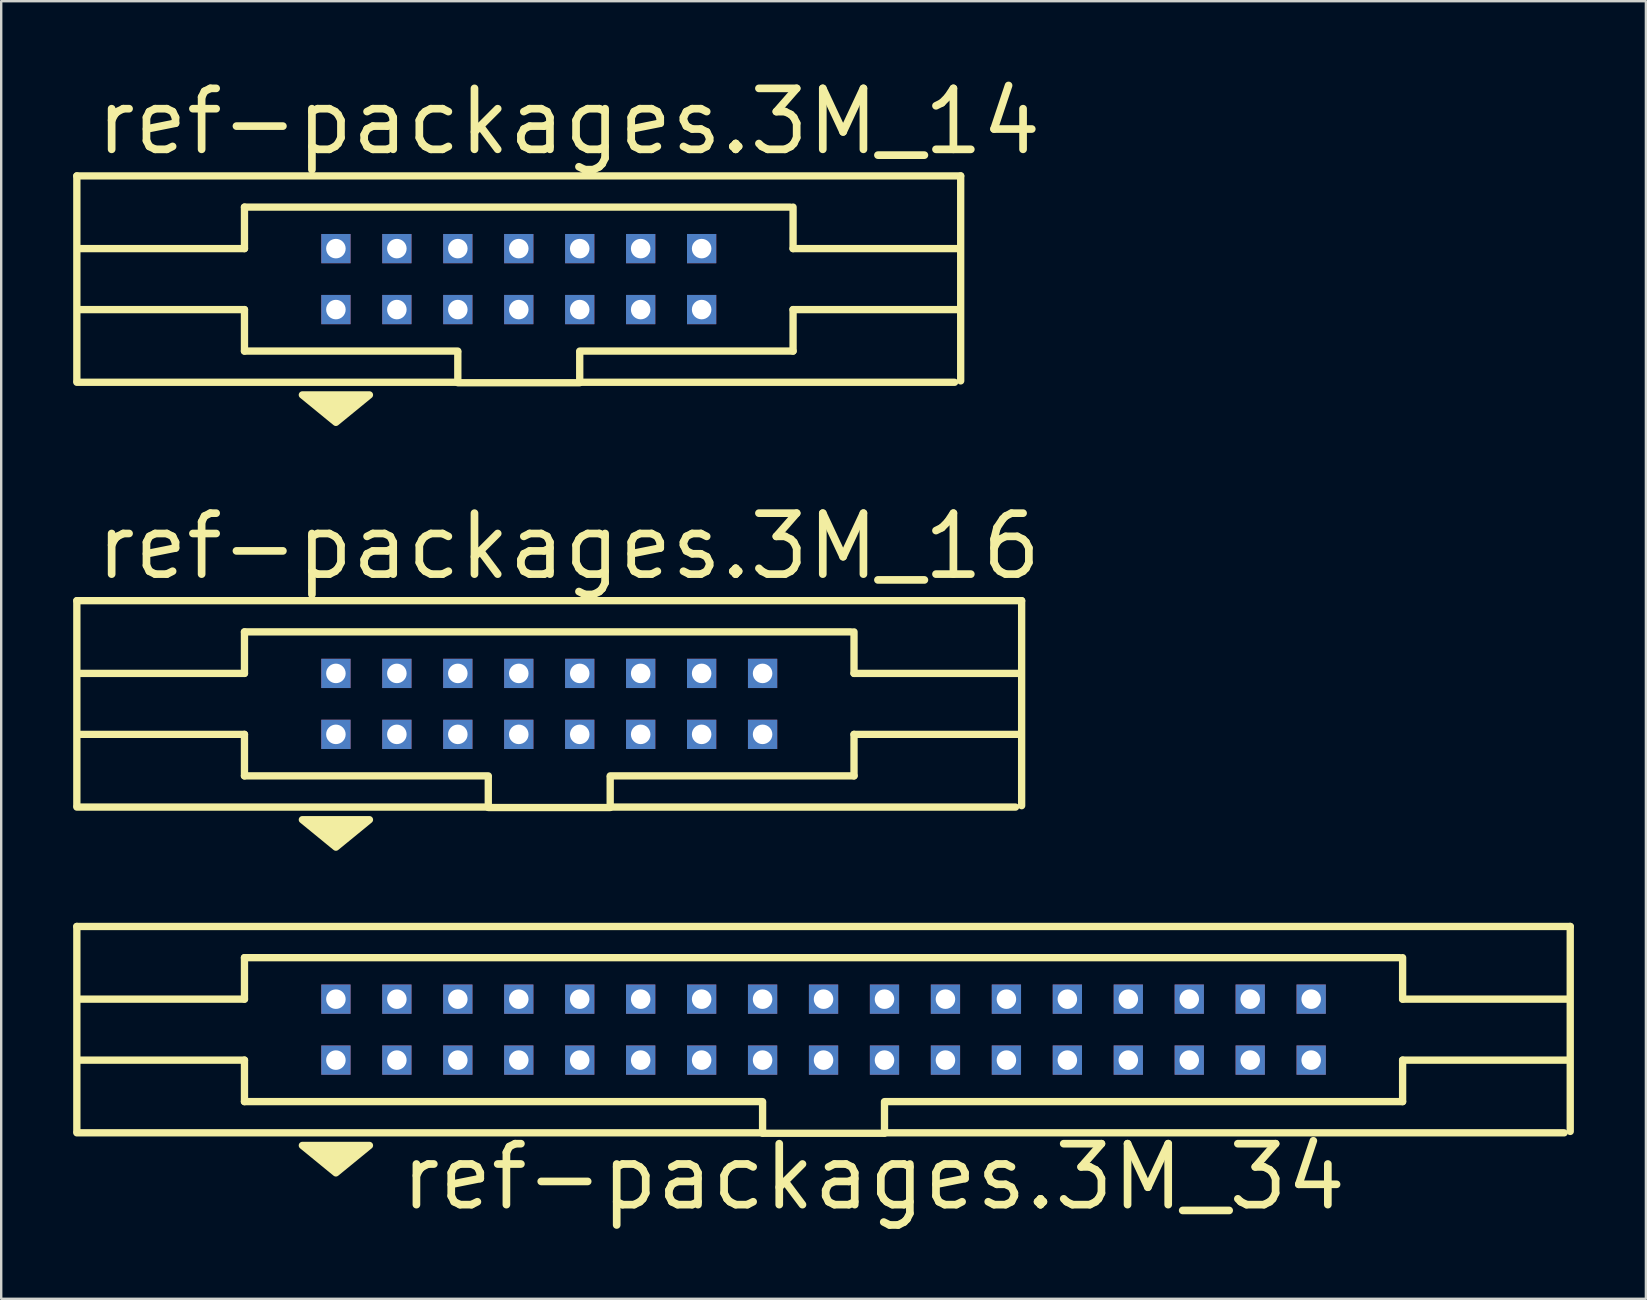
<source format=kicad_pcb>
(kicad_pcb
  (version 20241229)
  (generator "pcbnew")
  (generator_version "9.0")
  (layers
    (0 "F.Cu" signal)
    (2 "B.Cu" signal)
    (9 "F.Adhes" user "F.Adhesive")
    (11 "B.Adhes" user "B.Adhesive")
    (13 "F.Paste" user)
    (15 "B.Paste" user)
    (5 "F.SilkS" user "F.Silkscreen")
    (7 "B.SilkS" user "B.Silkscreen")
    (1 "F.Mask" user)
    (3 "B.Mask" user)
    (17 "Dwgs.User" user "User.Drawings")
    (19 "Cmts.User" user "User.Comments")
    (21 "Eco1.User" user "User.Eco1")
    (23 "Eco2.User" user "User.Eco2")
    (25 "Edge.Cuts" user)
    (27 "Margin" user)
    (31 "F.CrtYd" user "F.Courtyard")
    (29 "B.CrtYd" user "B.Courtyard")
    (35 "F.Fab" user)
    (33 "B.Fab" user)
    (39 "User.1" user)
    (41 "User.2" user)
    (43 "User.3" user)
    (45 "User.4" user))
  (footprint "ref-packages.3M_16"
    (layer "F.Cu")
    (at 19.837 26.281)
    (property "Reference" "ref-packages.3M_16" (at -19.05 -5.08 0) (layer "F.SilkS") (effects (font (size 2.54 2.54) (thickness 0.32)) (justify left bottom)))
    (attr through_hole)
    (fp_line (start -19.685 -4.3) (end -19.685 4.242) (stroke (width 0.305) (type default)) (layer "F.SilkS"))
    (fp_line (start -19.685 4.3) (end -2.54 4.3) (stroke (width 0.305) (type default)) (layer "F.SilkS"))
    (fp_line (start -12.7 -1.27) (end -19.558 -1.27) (stroke (width 0.305) (type default)) (layer "F.SilkS"))
    (fp_line (start -12.7 -1.27) (end -12.7 -3) (stroke (width 0.305) (type default)) (layer "F.SilkS"))
    (fp_line (start -12.7 1.27) (end -19.558 1.27) (stroke (width 0.305) (type default)) (layer "F.SilkS"))
    (fp_line (start -12.7 3) (end -12.7 1.27) (stroke (width 0.305) (type default)) (layer "F.SilkS"))
    (fp_line (start -2.54 3) (end -12.7 3) (stroke (width 0.305) (type default)) (layer "F.SilkS"))
    (fp_line (start -2.54 4.3) (end -2.54 3.048) (stroke (width 0.305) (type default)) (layer "F.SilkS"))
    (fp_line (start -2.54 4.318) (end 2.54 4.318) (stroke (width 0.305) (type default)) (layer "F.SilkS"))
    (fp_line (start 2.54 3.048) (end 2.54 4.3) (stroke (width 0.305) (type default)) (layer "F.SilkS"))
    (fp_line (start 2.54 4.3) (end 19.431 4.3) (stroke (width 0.305) (type default)) (layer "F.SilkS"))
    (fp_line (start 12.573 -3) (end -12.7 -3) (stroke (width 0.305) (type default)) (layer "F.SilkS"))
    (fp_line (start 12.7 -1.27) (end 12.7 -3) (stroke (width 0.305) (type default)) (layer "F.SilkS"))
    (fp_line (start 12.7 -1.27) (end 19.558 -1.27) (stroke (width 0.305) (type default)) (layer "F.SilkS"))
    (fp_line (start 12.7 1.27) (end 19.558 1.27) (stroke (width 0.305) (type default)) (layer "F.SilkS"))
    (fp_line (start 12.7 3) (end 2.54 3) (stroke (width 0.305) (type default)) (layer "F.SilkS"))
    (fp_line (start 12.7 3) (end 12.7 1.27) (stroke (width 0.305) (type default)) (layer "F.SilkS"))
    (fp_line (start 19.685 -4.3) (end -19.685 -4.3) (stroke (width 0.305) (type default)) (layer "F.SilkS"))
    (fp_line (start 19.685 4.242) (end 19.685 -4.3) (stroke (width 0.305) (type default)) (layer "F.SilkS"))
    (fp_poly (pts (xy -10.287 4.826) (xy -7.493 4.826) (xy -8.89 5.969)) (stroke (width 0.305) (type default)) (fill yes) (layer "F.SilkS"))
    (pad "1" thru_hole rect (at -8.89 1.27) (size 1.219 1.219) (drill 0.813) (layers "*.Cu" "*.Mask"))
    (pad "2" thru_hole rect (at -8.89 -1.27) (size 1.219 1.219) (drill 0.813) (layers "*.Cu" "*.Mask"))
    (pad "3" thru_hole rect (at -6.35 1.27) (size 1.219 1.219) (drill 0.813) (layers "*.Cu" "*.Mask"))
    (pad "4" thru_hole rect (at -6.35 -1.27) (size 1.219 1.219) (drill 0.813) (layers "*.Cu" "*.Mask"))
    (pad "5" thru_hole rect (at -3.81 1.27) (size 1.219 1.219) (drill 0.813) (layers "*.Cu" "*.Mask"))
    (pad "6" thru_hole rect (at -3.81 -1.27) (size 1.219 1.219) (drill 0.813) (layers "*.Cu" "*.Mask"))
    (pad "7" thru_hole rect (at -1.27 1.27) (size 1.219 1.219) (drill 0.813) (layers "*.Cu" "*.Mask"))
    (pad "8" thru_hole rect (at -1.27 -1.27) (size 1.219 1.219) (drill 0.813) (layers "*.Cu" "*.Mask"))
    (pad "9" thru_hole rect (at 1.27 1.27) (size 1.219 1.219) (drill 0.813) (layers "*.Cu" "*.Mask"))
    (pad "10" thru_hole rect (at 1.27 -1.27) (size 1.219 1.219) (drill 0.813) (layers "*.Cu" "*.Mask"))
    (pad "11" thru_hole rect (at 3.81 1.27) (size 1.219 1.219) (drill 0.813) (layers "*.Cu" "*.Mask"))
    (pad "12" thru_hole rect (at 3.81 -1.27) (size 1.219 1.219) (drill 0.813) (layers "*.Cu" "*.Mask"))
    (pad "13" thru_hole rect (at 6.35 1.27) (size 1.219 1.219) (drill 0.813) (layers "*.Cu" "*.Mask"))
    (pad "14" thru_hole rect (at 6.35 -1.27) (size 1.219 1.219) (drill 0.813) (layers "*.Cu" "*.Mask"))
    (pad "15" thru_hole rect (at 8.89 1.27) (size 1.219 1.219) (drill 0.813) (layers "*.Cu" "*.Mask"))
    (pad "16" thru_hole rect (at 8.89 -1.27) (size 1.219 1.219) (drill 0.813) (layers "*.Cu" "*.Mask")))
  (footprint "ref-packages.3M_34"
    (layer "F.Cu")
    (at 31.267 39.855)
    (property "Reference" "ref-packages.3M_34" (at -17.78 7.62 0) (layer "F.SilkS") (effects (font (size 2.54 2.54) (thickness 0.32)) (justify left bottom)))
    (attr through_hole)
    (fp_line (start -31.115 -4.3) (end -31.115 4.242) (stroke (width 0.305) (type default)) (layer "F.SilkS"))
    (fp_line (start -31.115 4.3) (end -2.54 4.3) (stroke (width 0.305) (type default)) (layer "F.SilkS"))
    (fp_line (start -24.13 -1.27) (end -30.988 -1.27) (stroke (width 0.305) (type default)) (layer "F.SilkS"))
    (fp_line (start -24.13 -1.27) (end -24.13 -3) (stroke (width 0.305) (type default)) (layer "F.SilkS"))
    (fp_line (start -24.13 1.27) (end -30.988 1.27) (stroke (width 0.305) (type default)) (layer "F.SilkS"))
    (fp_line (start -24.13 3) (end -24.13 1.27) (stroke (width 0.305) (type default)) (layer "F.SilkS"))
    (fp_line (start -2.54 3) (end -24.13 3) (stroke (width 0.305) (type default)) (layer "F.SilkS"))
    (fp_line (start -2.54 4.3) (end -2.54 3.048) (stroke (width 0.305) (type default)) (layer "F.SilkS"))
    (fp_line (start -2.54 4.318) (end 2.54 4.318) (stroke (width 0.305) (type default)) (layer "F.SilkS"))
    (fp_line (start 2.54 3.048) (end 2.54 4.3) (stroke (width 0.305) (type default)) (layer "F.SilkS"))
    (fp_line (start 2.54 4.3) (end 30.861 4.3) (stroke (width 0.305) (type default)) (layer "F.SilkS"))
    (fp_line (start 24.003 -3) (end -24.13 -3) (stroke (width 0.305) (type default)) (layer "F.SilkS"))
    (fp_line (start 24.13 -1.27) (end 24.13 -3) (stroke (width 0.305) (type default)) (layer "F.SilkS"))
    (fp_line (start 24.13 -1.27) (end 30.988 -1.27) (stroke (width 0.305) (type default)) (layer "F.SilkS"))
    (fp_line (start 24.13 1.27) (end 30.988 1.27) (stroke (width 0.305) (type default)) (layer "F.SilkS"))
    (fp_line (start 24.13 3) (end 2.54 3) (stroke (width 0.305) (type default)) (layer "F.SilkS"))
    (fp_line (start 24.13 3) (end 24.13 1.27) (stroke (width 0.305) (type default)) (layer "F.SilkS"))
    (fp_line (start 31.115 -4.3) (end -31.115 -4.3) (stroke (width 0.305) (type default)) (layer "F.SilkS"))
    (fp_line (start 31.115 4.242) (end 31.115 -4.3) (stroke (width 0.305) (type default)) (layer "F.SilkS"))
    (fp_poly (pts (xy -21.717 4.826) (xy -18.923 4.826) (xy -20.32 5.969)) (stroke (width 0.305) (type default)) (fill yes) (layer "F.SilkS"))
    (pad "1" thru_hole rect (at -20.32 1.27) (size 1.219 1.219) (drill 0.813) (layers "*.Cu" "*.Mask"))
    (pad "2" thru_hole rect (at -20.32 -1.27) (size 1.219 1.219) (drill 0.813) (layers "*.Cu" "*.Mask"))
    (pad "3" thru_hole rect (at -17.78 1.27) (size 1.219 1.219) (drill 0.813) (layers "*.Cu" "*.Mask"))
    (pad "4" thru_hole rect (at -17.78 -1.27) (size 1.219 1.219) (drill 0.813) (layers "*.Cu" "*.Mask"))
    (pad "5" thru_hole rect (at -15.24 1.27) (size 1.219 1.219) (drill 0.813) (layers "*.Cu" "*.Mask"))
    (pad "6" thru_hole rect (at -15.24 -1.27) (size 1.219 1.219) (drill 0.813) (layers "*.Cu" "*.Mask"))
    (pad "7" thru_hole rect (at -12.7 1.27) (size 1.219 1.219) (drill 0.813) (layers "*.Cu" "*.Mask"))
    (pad "8" thru_hole rect (at -12.7 -1.27) (size 1.219 1.219) (drill 0.813) (layers "*.Cu" "*.Mask"))
    (pad "9" thru_hole rect (at -10.16 1.27) (size 1.219 1.219) (drill 0.813) (layers "*.Cu" "*.Mask"))
    (pad "10" thru_hole rect (at -10.16 -1.27) (size 1.219 1.219) (drill 0.813) (layers "*.Cu" "*.Mask"))
    (pad "11" thru_hole rect (at -7.62 1.27) (size 1.219 1.219) (drill 0.813) (layers "*.Cu" "*.Mask"))
    (pad "12" thru_hole rect (at -7.62 -1.27) (size 1.219 1.219) (drill 0.813) (layers "*.Cu" "*.Mask"))
    (pad "13" thru_hole rect (at -5.08 1.27) (size 1.219 1.219) (drill 0.813) (layers "*.Cu" "*.Mask"))
    (pad "14" thru_hole rect (at -5.08 -1.27) (size 1.219 1.219) (drill 0.813) (layers "*.Cu" "*.Mask"))
    (pad "15" thru_hole rect (at -2.54 1.27) (size 1.219 1.219) (drill 0.813) (layers "*.Cu" "*.Mask"))
    (pad "16" thru_hole rect (at -2.54 -1.27) (size 1.219 1.219) (drill 0.813) (layers "*.Cu" "*.Mask"))
    (pad "17" thru_hole rect (at 0 1.27) (size 1.219 1.219) (drill 0.813) (layers "*.Cu" "*.Mask"))
    (pad "18" thru_hole rect (at 0 -1.27) (size 1.219 1.219) (drill 0.813) (layers "*.Cu" "*.Mask"))
    (pad "19" thru_hole rect (at 2.54 1.27) (size 1.219 1.219) (drill 0.813) (layers "*.Cu" "*.Mask"))
    (pad "20" thru_hole rect (at 2.54 -1.27) (size 1.219 1.219) (drill 0.813) (layers "*.Cu" "*.Mask"))
    (pad "21" thru_hole rect (at 5.08 1.27) (size 1.219 1.219) (drill 0.813) (layers "*.Cu" "*.Mask"))
    (pad "22" thru_hole rect (at 5.08 -1.27) (size 1.219 1.219) (drill 0.813) (layers "*.Cu" "*.Mask"))
    (pad "23" thru_hole rect (at 7.62 1.27) (size 1.219 1.219) (drill 0.813) (layers "*.Cu" "*.Mask"))
    (pad "24" thru_hole rect (at 7.62 -1.27) (size 1.219 1.219) (drill 0.813) (layers "*.Cu" "*.Mask"))
    (pad "25" thru_hole rect (at 10.16 1.27) (size 1.219 1.219) (drill 0.813) (layers "*.Cu" "*.Mask"))
    (pad "26" thru_hole rect (at 10.16 -1.27) (size 1.219 1.219) (drill 0.813) (layers "*.Cu" "*.Mask"))
    (pad "27" thru_hole rect (at 12.7 1.27) (size 1.219 1.219) (drill 0.813) (layers "*.Cu" "*.Mask"))
    (pad "28" thru_hole rect (at 12.7 -1.27) (size 1.219 1.219) (drill 0.813) (layers "*.Cu" "*.Mask"))
    (pad "29" thru_hole rect (at 15.24 1.27) (size 1.219 1.219) (drill 0.813) (layers "*.Cu" "*.Mask"))
    (pad "30" thru_hole rect (at 15.24 -1.27) (size 1.219 1.219) (drill 0.813) (layers "*.Cu" "*.Mask"))
    (pad "31" thru_hole rect (at 17.78 1.27) (size 1.219 1.219) (drill 0.813) (layers "*.Cu" "*.Mask"))
    (pad "32" thru_hole rect (at 17.78 -1.27) (size 1.219 1.219) (drill 0.813) (layers "*.Cu" "*.Mask"))
    (pad "33" thru_hole rect (at 20.32 1.27) (size 1.219 1.219) (drill 0.813) (layers "*.Cu" "*.Mask"))
    (pad "34" thru_hole rect (at 20.32 -1.27) (size 1.219 1.219) (drill 0.813) (layers "*.Cu" "*.Mask")))
  (footprint "ref-packages.3M_14"
    (layer "F.Cu")
    (at 18.567 8.58)
    (property "Reference" "ref-packages.3M_14" (at -17.78 -5.08 0) (layer "F.SilkS") (effects (font (size 2.54 2.54) (thickness 0.32)) (justify left bottom)))
    (attr through_hole)
    (fp_line (start -18.415 -4.3) (end -18.415 4.242) (stroke (width 0.305) (type default)) (layer "F.SilkS"))
    (fp_line (start -18.415 4.3) (end -2.54 4.3) (stroke (width 0.305) (type default)) (layer "F.SilkS"))
    (fp_line (start -11.43 -1.27) (end -18.288 -1.27) (stroke (width 0.305) (type default)) (layer "F.SilkS"))
    (fp_line (start -11.43 -1.27) (end -11.43 -3) (stroke (width 0.305) (type default)) (layer "F.SilkS"))
    (fp_line (start -11.43 1.27) (end -18.288 1.27) (stroke (width 0.305) (type default)) (layer "F.SilkS"))
    (fp_line (start -11.43 3) (end -11.43 1.27) (stroke (width 0.305) (type default)) (layer "F.SilkS"))
    (fp_line (start -2.54 3) (end -11.43 3) (stroke (width 0.305) (type default)) (layer "F.SilkS"))
    (fp_line (start -2.54 4.3) (end -2.54 3.048) (stroke (width 0.305) (type default)) (layer "F.SilkS"))
    (fp_line (start -2.54 4.318) (end 2.54 4.318) (stroke (width 0.305) (type default)) (layer "F.SilkS"))
    (fp_line (start 2.54 3.048) (end 2.54 4.3) (stroke (width 0.305) (type default)) (layer "F.SilkS"))
    (fp_line (start 2.54 4.3) (end 18.161 4.3) (stroke (width 0.305) (type default)) (layer "F.SilkS"))
    (fp_line (start 11.303 -3) (end -11.43 -3) (stroke (width 0.305) (type default)) (layer "F.SilkS"))
    (fp_line (start 11.43 -1.27) (end 11.43 -3) (stroke (width 0.305) (type default)) (layer "F.SilkS"))
    (fp_line (start 11.43 -1.27) (end 18.288 -1.27) (stroke (width 0.305) (type default)) (layer "F.SilkS"))
    (fp_line (start 11.43 1.27) (end 18.288 1.27) (stroke (width 0.305) (type default)) (layer "F.SilkS"))
    (fp_line (start 11.43 3) (end 2.54 3) (stroke (width 0.305) (type default)) (layer "F.SilkS"))
    (fp_line (start 11.43 3) (end 11.43 1.27) (stroke (width 0.305) (type default)) (layer "F.SilkS"))
    (fp_line (start 18.415 -4.3) (end -18.415 -4.3) (stroke (width 0.305) (type default)) (layer "F.SilkS"))
    (fp_line (start 18.415 4.242) (end 18.415 -4.3) (stroke (width 0.305) (type default)) (layer "F.SilkS"))
    (fp_poly (pts (xy -9.017 4.826) (xy -6.223 4.826) (xy -7.62 5.969)) (stroke (width 0.305) (type default)) (fill yes) (layer "F.SilkS"))
    (pad "1" thru_hole rect (at -7.62 1.27) (size 1.219 1.219) (drill 0.813) (layers "*.Cu" "*.Mask"))
    (pad "2" thru_hole rect (at -7.62 -1.27) (size 1.219 1.219) (drill 0.813) (layers "*.Cu" "*.Mask"))
    (pad "3" thru_hole rect (at -5.08 1.27) (size 1.219 1.219) (drill 0.813) (layers "*.Cu" "*.Mask"))
    (pad "4" thru_hole rect (at -5.08 -1.27) (size 1.219 1.219) (drill 0.813) (layers "*.Cu" "*.Mask"))
    (pad "5" thru_hole rect (at -2.54 1.27) (size 1.219 1.219) (drill 0.813) (layers "*.Cu" "*.Mask"))
    (pad "6" thru_hole rect (at -2.54 -1.27) (size 1.219 1.219) (drill 0.813) (layers "*.Cu" "*.Mask"))
    (pad "7" thru_hole rect (at 0 1.27) (size 1.219 1.219) (drill 0.813) (layers "*.Cu" "*.Mask"))
    (pad "8" thru_hole rect (at 0 -1.27) (size 1.219 1.219) (drill 0.813) (layers "*.Cu" "*.Mask"))
    (pad "9" thru_hole rect (at 2.54 1.27) (size 1.219 1.219) (drill 0.813) (layers "*.Cu" "*.Mask"))
    (pad "10" thru_hole rect (at 2.54 -1.27) (size 1.219 1.219) (drill 0.813) (layers "*.Cu" "*.Mask"))
    (pad "11" thru_hole rect (at 5.08 1.27) (size 1.219 1.219) (drill 0.813) (layers "*.Cu" "*.Mask"))
    (pad "12" thru_hole rect (at 5.08 -1.27) (size 1.219 1.219) (drill 0.813) (layers "*.Cu" "*.Mask"))
    (pad "13" thru_hole rect (at 7.62 1.27) (size 1.219 1.219) (drill 0.813) (layers "*.Cu" "*.Mask"))
    (pad "14" thru_hole rect (at 7.62 -1.27) (size 1.219 1.219) (drill 0.813) (layers "*.Cu" "*.Mask")))
  (gr_rect
    (start -3 -3)
    (end 65.535 51.07)
    (stroke (width 0.1) (type default))
    (fill no)
    (layer "Edge.Cuts")))
</source>
